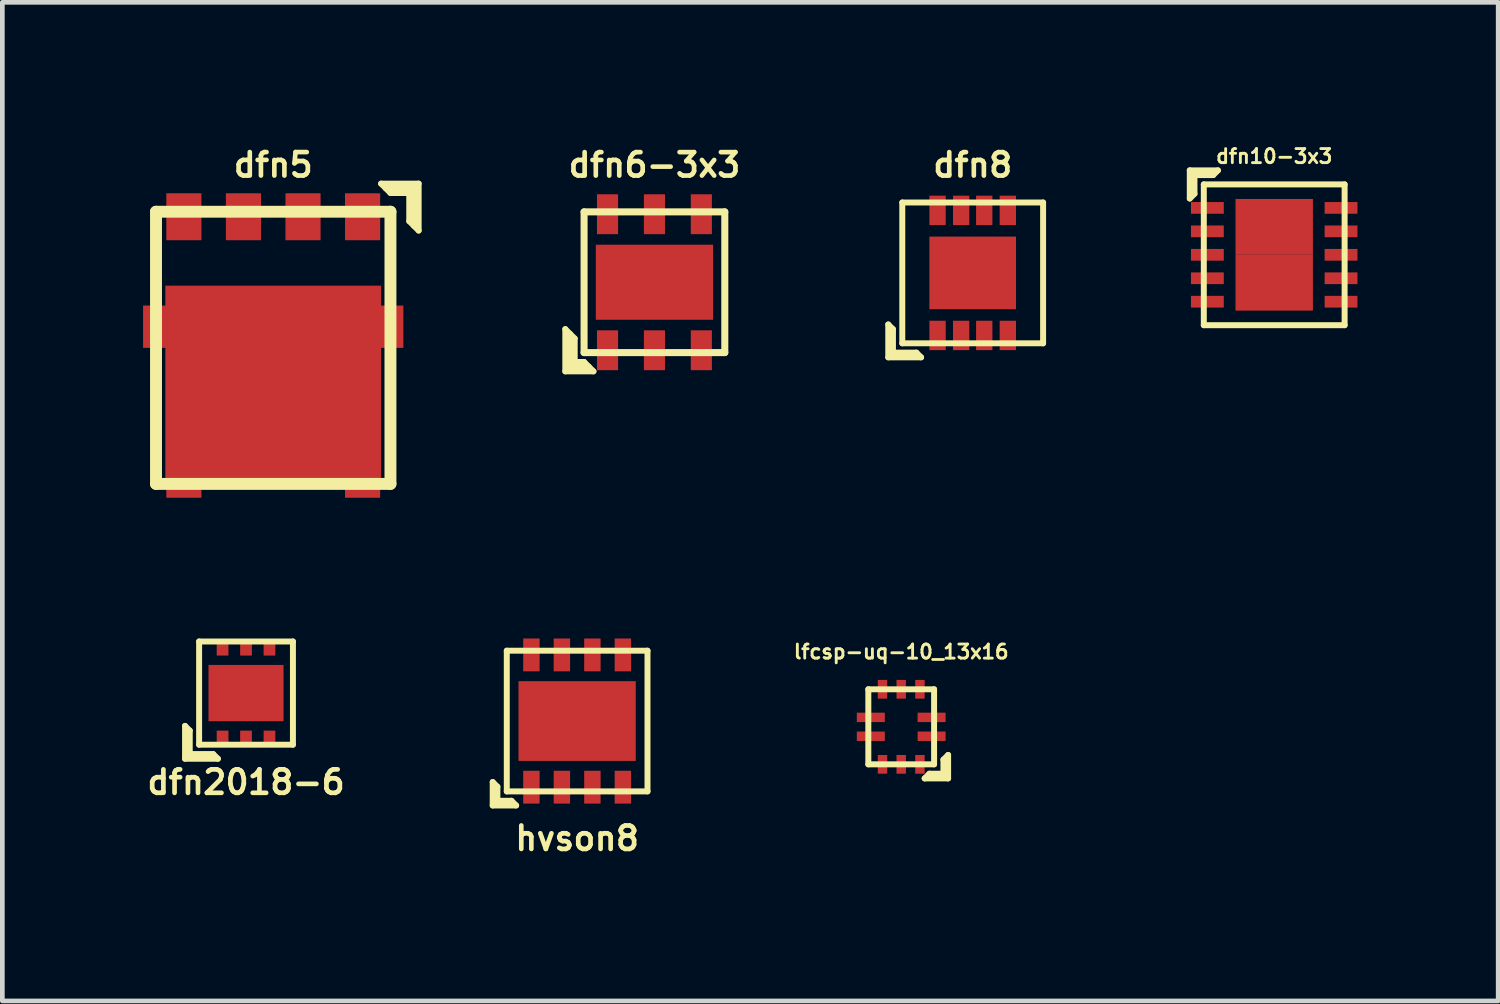
<source format=kicad_pcb>
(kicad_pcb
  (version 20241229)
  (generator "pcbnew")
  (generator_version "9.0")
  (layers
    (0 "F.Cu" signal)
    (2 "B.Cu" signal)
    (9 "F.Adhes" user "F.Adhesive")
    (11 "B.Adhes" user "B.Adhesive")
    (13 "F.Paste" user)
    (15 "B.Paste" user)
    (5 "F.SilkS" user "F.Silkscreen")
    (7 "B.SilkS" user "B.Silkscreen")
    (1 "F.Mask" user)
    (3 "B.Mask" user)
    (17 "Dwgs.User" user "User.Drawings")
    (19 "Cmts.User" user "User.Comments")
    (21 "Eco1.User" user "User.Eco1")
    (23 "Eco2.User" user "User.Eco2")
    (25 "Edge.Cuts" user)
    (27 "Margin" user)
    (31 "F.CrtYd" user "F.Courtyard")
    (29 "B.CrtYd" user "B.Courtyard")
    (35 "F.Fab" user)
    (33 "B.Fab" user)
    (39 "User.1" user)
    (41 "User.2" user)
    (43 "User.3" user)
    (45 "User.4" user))
  (footprint "dfn10-3x3"
    (layer "F.Cu")
    (at 24.115 2.382)
    (property "Reference" "dfn10-3x3" (at 0 -2.1 0) (layer "F.SilkS") (effects (font (size 0.3 0.3) (thickness 0.061))))
    (attr smd)
    (fp_line (start -1.8 -1.8) (end -1.2 -1.8) (stroke (width 0.127) (type solid)) (layer "F.SilkS"))
    (fp_line (start -1.8 -1.2) (end -1.8 -1.8) (stroke (width 0.127) (type solid)) (layer "F.SilkS"))
    (fp_line (start -1.7 -1.7) (end -1.7 -1.3) (stroke (width 0.127) (type solid)) (layer "F.SilkS"))
    (fp_line (start -1.7 -1.3) (end -1.8 -1.2) (stroke (width 0.127) (type solid)) (layer "F.SilkS"))
    (fp_line (start -1.501 -1.501) (end -1.501 1.501) (stroke (width 0.127) (type solid)) (layer "F.SilkS"))
    (fp_line (start -1.501 1.501) (end 1.501 1.501) (stroke (width 0.127) (type solid)) (layer "F.SilkS"))
    (fp_line (start -1.3 -1.7) (end -1.7 -1.7) (stroke (width 0.127) (type solid)) (layer "F.SilkS"))
    (fp_line (start -1.2 -1.8) (end -1.3 -1.7) (stroke (width 0.127) (type solid)) (layer "F.SilkS"))
    (fp_line (start 1.501 -1.501) (end -1.501 -1.501) (stroke (width 0.127) (type solid)) (layer "F.SilkS"))
    (fp_line (start 1.501 1.501) (end 1.501 -1.501) (stroke (width 0.127) (type solid)) (layer "F.SilkS"))
    (pad "1" smd rect (at -1.425 -1) (size 0.7 0.25) (layers "F.Cu" "F.Mask" "F.Paste"))
    (pad "2" smd rect (at -1.425 -0.5) (size 0.7 0.25) (layers "F.Cu" "F.Mask" "F.Paste"))
    (pad "3" smd rect (at -1.425 0) (size 0.7 0.25) (layers "F.Cu" "F.Mask" "F.Paste"))
    (pad "4" smd rect (at -1.425 0.5) (size 0.7 0.25) (layers "F.Cu" "F.Mask" "F.Paste"))
    (pad "5" smd rect (at -1.425 1) (size 0.7 0.25) (layers "F.Cu" "F.Mask" "F.Paste"))
    (pad "6" smd rect (at 1.425 1) (size 0.7 0.25) (layers "F.Cu" "F.Mask" "F.Paste"))
    (pad "7" smd rect (at 1.425 0.5) (size 0.7 0.25) (layers "F.Cu" "F.Mask" "F.Paste"))
    (pad "8" smd rect (at 1.425 0) (size 0.7 0.25) (layers "F.Cu" "F.Mask" "F.Paste"))
    (pad "9" smd rect (at 1.425 -0.5) (size 0.7 0.25) (layers "F.Cu" "F.Mask" "F.Paste"))
    (pad "10" smd rect (at 1.425 -1) (size 0.7 0.25) (layers "F.Cu" "F.Mask" "F.Paste"))
    (pad "11" smd rect (at 0 -0.595) (size 1.65 1.19) (layers "F.Cu" "F.Mask" "F.Paste"))
    (pad "11" smd rect (at 0 0.595) (size 1.65 1.19) (layers "F.Cu" "F.Mask" "F.Paste")))
  (footprint "lfcsp-uq-10_13x16"
    (layer "F.Cu")
    (at 16.163 12.445)
    (property "Reference" "lfcsp-uq-10_13x16" (at 0 -1.6 0) (layer "F.SilkS") (effects (font (size 0.3 0.3) (thickness 0.061))))
    (attr smd)
    (fp_line (start -0.701 -0.8) (end -0.701 0.8) (stroke (width 0.127) (type solid)) (layer "F.SilkS"))
    (fp_line (start -0.701 0.8) (end 0.701 0.8) (stroke (width 0.127) (type solid)) (layer "F.SilkS"))
    (fp_line (start 0.5 1.1) (end 1 1.1) (stroke (width 0.127) (type solid)) (layer "F.SilkS"))
    (fp_line (start 0.6 1) (end 0.5 1.1) (stroke (width 0.127) (type solid)) (layer "F.SilkS"))
    (fp_line (start 0.6 1) (end 0.9 1) (stroke (width 0.127) (type solid)) (layer "F.SilkS"))
    (fp_line (start 0.701 -0.8) (end -0.701 -0.8) (stroke (width 0.127) (type solid)) (layer "F.SilkS"))
    (fp_line (start 0.701 0.8) (end 0.701 -0.8) (stroke (width 0.127) (type solid)) (layer "F.SilkS"))
    (fp_line (start 0.9 1) (end 0.9 0.7) (stroke (width 0.127) (type solid)) (layer "F.SilkS"))
    (fp_line (start 1 0.6) (end 0.9 0.7) (stroke (width 0.127) (type solid)) (layer "F.SilkS"))
    (fp_line (start 1 1.1) (end 1 0.6) (stroke (width 0.127) (type solid)) (layer "F.SilkS"))
    (pad "1" smd rect (at 0.399 0.8) (size 0.201 0.399) (layers "F.Cu" "F.Mask" "F.Paste"))
    (pad "2" smd rect (at 0.648 0.201) (size 0.597 0.201) (layers "F.Cu" "F.Mask" "F.Paste"))
    (pad "3" smd rect (at 0.648 -0.201) (size 0.597 0.201) (layers "F.Cu" "F.Mask" "F.Paste"))
    (pad "4" smd rect (at 0.399 -0.8) (size 0.201 0.399) (layers "F.Cu" "F.Mask" "F.Paste"))
    (pad "5" smd rect (at 0 -0.8) (size 0.201 0.399) (layers "F.Cu" "F.Mask" "F.Paste"))
    (pad "6" smd rect (at -0.399 -0.8) (size 0.201 0.399) (layers "F.Cu" "F.Mask" "F.Paste"))
    (pad "7" smd rect (at -0.648 -0.201) (size 0.597 0.201) (layers "F.Cu" "F.Mask" "F.Paste"))
    (pad "8" smd rect (at -0.648 0.201) (size 0.597 0.201) (layers "F.Cu" "F.Mask" "F.Paste"))
    (pad "9" smd rect (at -0.399 0.8) (size 0.201 0.399) (layers "F.Cu" "F.Mask" "F.Paste"))
    (pad "10" smd rect (at 0 0.8) (size 0.201 0.399) (layers "F.Cu" "F.Mask" "F.Paste")))
  (footprint "dfn8"
    (layer "F.Cu")
    (at 17.687 2.768)
    (property "Reference" "dfn8" (at 0 -2.301 0) (layer "F.SilkS") (effects (font (size 0.5 0.5) (thickness 0.099))))
    (attr smd)
    (fp_line (start -1.8 1.1) (end -1.8 1.8) (stroke (width 0.127) (type solid)) (layer "F.SilkS"))
    (fp_line (start -1.7 1.2) (end -1.8 1.1) (stroke (width 0.127) (type solid)) (layer "F.SilkS"))
    (fp_line (start -1.7 1.7) (end -1.7 1.2) (stroke (width 0.127) (type solid)) (layer "F.SilkS"))
    (fp_line (start -1.7 1.7) (end -1.2 1.7) (stroke (width 0.127) (type solid)) (layer "F.SilkS"))
    (fp_line (start -1.501 -1.501) (end 1.501 -1.501) (stroke (width 0.127) (type solid)) (layer "F.SilkS"))
    (fp_line (start -1.501 1.501) (end -1.501 -1.501) (stroke (width 0.127) (type solid)) (layer "F.SilkS"))
    (fp_line (start -1.2 1.7) (end -1.1 1.8) (stroke (width 0.127) (type solid)) (layer "F.SilkS"))
    (fp_line (start -1.1 1.8) (end -1.8 1.8) (stroke (width 0.127) (type solid)) (layer "F.SilkS"))
    (fp_line (start 1.501 -1.501) (end 1.501 1.501) (stroke (width 0.127) (type solid)) (layer "F.SilkS"))
    (fp_line (start 1.501 1.501) (end -1.501 1.501) (stroke (width 0.127) (type solid)) (layer "F.SilkS"))
    (pad "1" smd rect (at -0.749 1.333) (size 0.348 0.627) (layers "F.Cu" "F.Mask" "F.Paste"))
    (pad "2" smd rect (at -0.246 1.333) (size 0.348 0.627) (layers "F.Cu" "F.Mask" "F.Paste"))
    (pad "3" smd rect (at 0.246 1.333) (size 0.348 0.627) (layers "F.Cu" "F.Mask" "F.Paste"))
    (pad "4" smd rect (at 0.749 1.333) (size 0.348 0.627) (layers "F.Cu" "F.Mask" "F.Paste"))
    (pad "5" smd rect (at 0.749 -1.333) (size 0.348 0.627) (layers "F.Cu" "F.Mask" "F.Paste"))
    (pad "6" smd rect (at 0.246 -1.333) (size 0.348 0.627) (layers "F.Cu" "F.Mask" "F.Paste"))
    (pad "7" smd rect (at -0.246 -1.333) (size 0.348 0.627) (layers "F.Cu" "F.Mask" "F.Paste"))
    (pad "8" smd rect (at -0.749 -1.333) (size 0.348 0.627) (layers "F.Cu" "F.Mask" "F.Paste"))
    (pad "9" smd rect (at 0 0) (size 1.847 1.549) (layers "F.Cu" "F.Mask" "F.Paste")))
  (footprint "dfn6-3x3"
    (layer "F.Cu")
    (at 10.902 2.967)
    (property "Reference" "dfn6-3x3" (at 0 -2.5 0) (layer "F.SilkS") (effects (font (size 0.5 0.5) (thickness 0.099))))
    (attr smd)
    (fp_line (start -1.9 1) (end -1.9 1.9) (stroke (width 0.127) (type solid)) (layer "F.SilkS"))
    (fp_line (start -1.8 1.8) (end -1.8 1.1) (stroke (width 0.127) (type solid)) (layer "F.SilkS"))
    (fp_line (start -1.7 1.2) (end -1.9 1) (stroke (width 0.127) (type solid)) (layer "F.SilkS"))
    (fp_line (start -1.7 1.7) (end -1.7 1.2) (stroke (width 0.127) (type solid)) (layer "F.SilkS"))
    (fp_line (start -1.7 1.7) (end -1.5 1.7) (stroke (width 0.127) (type solid)) (layer "F.SilkS"))
    (fp_line (start -1.5 -1.5) (end 1.5 -1.5) (stroke (width 0.15) (type solid)) (layer "F.SilkS"))
    (fp_line (start -1.5 1.5) (end -1.5 -1.5) (stroke (width 0.15) (type solid)) (layer "F.SilkS"))
    (fp_line (start -1.5 1.5) (end 1.5 1.5) (stroke (width 0.15) (type solid)) (layer "F.SilkS"))
    (fp_line (start -1.5 1.7) (end -1.3 1.9) (stroke (width 0.127) (type solid)) (layer "F.SilkS"))
    (fp_line (start -1.4 1.8) (end -1.8 1.8) (stroke (width 0.127) (type solid)) (layer "F.SilkS"))
    (fp_line (start -1.3 1.9) (end -1.9 1.9) (stroke (width 0.127) (type solid)) (layer "F.SilkS"))
    (fp_line (start 1.5 -1.5) (end 1.5 1.5) (stroke (width 0.15) (type solid)) (layer "F.SilkS"))
    (pad "1" smd rect (at -1 1.45) (size 0.45 0.85) (layers "F.Cu" "F.Mask" "F.Paste"))
    (pad "2" smd rect (at 0 1.45) (size 0.45 0.85) (layers "F.Cu" "F.Mask" "F.Paste"))
    (pad "3" smd rect (at 1 1.45) (size 0.45 0.85) (layers "F.Cu" "F.Mask" "F.Paste"))
    (pad "4" smd rect (at 1 -1.45) (size 0.45 0.85) (layers "F.Cu" "F.Mask" "F.Paste"))
    (pad "5" smd rect (at 0 -1.45) (size 0.45 0.85) (layers "F.Cu" "F.Mask" "F.Paste"))
    (pad "6" smd rect (at -1 -1.45) (size 0.45 0.85) (layers "F.Cu" "F.Mask" "F.Paste"))
    (pad "7" smd rect (at 0 0) (size 2.5 1.6) (layers "F.Cu" "F.Mask" "F.Paste")))
  (footprint "hvson8"
    (layer "F.Cu")
    (at 9.254 12.322)
    (property "Reference" "hvson8" (at 0 2.5 0) (layer "F.SilkS") (effects (font (size 0.5 0.5) (thickness 0.099))))
    (attr smd)
    (fp_line (start -1.8 1.3) (end -1.7 1.4) (stroke (width 0.127) (type solid)) (layer "F.SilkS"))
    (fp_line (start -1.8 1.8) (end -1.8 1.3) (stroke (width 0.127) (type solid)) (layer "F.SilkS"))
    (fp_line (start -1.7 1.4) (end -1.7 1.7) (stroke (width 0.127) (type solid)) (layer "F.SilkS"))
    (fp_line (start -1.7 1.7) (end -1.4 1.7) (stroke (width 0.127) (type solid)) (layer "F.SilkS"))
    (fp_line (start -1.5 -1.5) (end 1.5 -1.5) (stroke (width 0.127) (type solid)) (layer "F.SilkS"))
    (fp_line (start -1.5 1.5) (end -1.5 -1.5) (stroke (width 0.127) (type solid)) (layer "F.SilkS"))
    (fp_line (start -1.4 1.7) (end -1.3 1.8) (stroke (width 0.127) (type solid)) (layer "F.SilkS"))
    (fp_line (start -1.3 1.8) (end -1.8 1.8) (stroke (width 0.127) (type solid)) (layer "F.SilkS"))
    (fp_line (start 1.5 -1.5) (end 1.5 1.5) (stroke (width 0.127) (type solid)) (layer "F.SilkS"))
    (fp_line (start 1.5 1.5) (end -1.5 1.5) (stroke (width 0.127) (type solid)) (layer "F.SilkS"))
    (pad "1" smd rect (at -0.975 1.41) (size 0.35 0.7) (layers "F.Cu" "F.Mask" "F.Paste"))
    (pad "2" smd rect (at -0.325 1.41) (size 0.35 0.7) (layers "F.Cu" "F.Mask" "F.Paste"))
    (pad "3" smd rect (at 0.325 1.41) (size 0.35 0.7) (layers "F.Cu" "F.Mask" "F.Paste"))
    (pad "4" smd rect (at 0.975 1.41) (size 0.35 0.7) (layers "F.Cu" "F.Mask" "F.Paste"))
    (pad "5" smd rect (at 0.975 -1.41) (size 0.35 0.7) (layers "F.Cu" "F.Mask" "F.Paste"))
    (pad "6" smd rect (at 0.325 -1.41) (size 0.35 0.7) (layers "F.Cu" "F.Mask" "F.Paste"))
    (pad "7" smd rect (at -0.325 -1.41) (size 0.35 0.7) (layers "F.Cu" "F.Mask" "F.Paste"))
    (pad "8" smd rect (at -0.975 -1.41) (size 0.35 0.7) (layers "F.Cu" "F.Mask" "F.Paste"))
    (pad "9" smd rect (at 0 0) (size 2.5 1.7) (layers "F.Cu" "F.Mask" "F.Paste")))
  (footprint "dfn5"
    (layer "F.Cu")
    (at 2.775 4.365)
    (property "Reference" "dfn5" (at 0 -3.899 0) (layer "F.SilkS") (effects (font (size 0.5 0.5) (thickness 0.099))))
    (attr smd)
    (fp_line (start -2.499 -2.901) (end 2.499 -2.901) (stroke (width 0.254) (type solid)) (layer "F.SilkS"))
    (fp_line (start -2.499 2.901) (end -2.499 -2.901) (stroke (width 0.254) (type solid)) (layer "F.SilkS"))
    (fp_line (start 2.3 -3.5) (end 3.1 -3.5) (stroke (width 0.127) (type solid)) (layer "F.SilkS"))
    (fp_line (start 2.499 -2.901) (end 2.499 2.901) (stroke (width 0.254) (type solid)) (layer "F.SilkS"))
    (fp_line (start 2.499 2.901) (end -2.499 2.901) (stroke (width 0.254) (type solid)) (layer "F.SilkS"))
    (fp_line (start 2.5 -3.3) (end 2.3 -3.5) (stroke (width 0.127) (type solid)) (layer "F.SilkS"))
    (fp_line (start 2.9 -3.3) (end 2.5 -3.3) (stroke (width 0.127) (type solid)) (layer "F.SilkS"))
    (fp_line (start 2.9 -3.3) (end 2.9 -2.7) (stroke (width 0.127) (type solid)) (layer "F.SilkS"))
    (fp_line (start 2.9 -2.7) (end 3.1 -2.5) (stroke (width 0.127) (type solid)) (layer "F.SilkS"))
    (fp_line (start 3 -3.4) (end 2.4 -3.4) (stroke (width 0.127) (type solid)) (layer "F.SilkS"))
    (fp_line (start 3 -2.6) (end 3 -3.4) (stroke (width 0.127) (type solid)) (layer "F.SilkS"))
    (fp_line (start 3.1 -3.5) (end 3.1 -2.5) (stroke (width 0.127) (type solid)) (layer "F.SilkS"))
    (pad "" smd rect (at -1.5 2.4) (size 0.6 0.9) (layers "F.Paste"))
    (pad "" smd rect (at -1.125 -0.95) (size 0.9 0.6) (layers "F.Paste"))
    (pad "" smd rect (at -1.125 -0.15) (size 0.9 0.6) (layers "F.Paste"))
    (pad "" smd rect (at -1.125 0.65) (size 0.9 0.6) (layers "F.Paste"))
    (pad "" smd rect (at -1.125 1.45) (size 0.9 0.6) (layers "F.Paste"))
    (pad "" smd rect (at -0.5 2.4) (size 0.6 0.9) (layers "F.Paste"))
    (pad "" smd rect (at 0 -0.95) (size 0.9 0.6) (layers "F.Paste"))
    (pad "" smd rect (at 0 -0.15) (size 0.9 0.6) (layers "F.Paste"))
    (pad "" smd rect (at 0 0.65) (size 0.9 0.6) (layers "F.Paste"))
    (pad "" smd rect (at 0 1.45) (size 0.9 0.6) (layers "F.Paste"))
    (pad "" smd rect (at 0.5 2.4) (size 0.6 0.9) (layers "F.Paste"))
    (pad "" smd rect (at 1.125 -0.95) (size 0.9 0.6) (layers "F.Paste"))
    (pad "" smd rect (at 1.125 -0.15) (size 0.9 0.6) (layers "F.Paste"))
    (pad "" smd rect (at 1.125 0.65) (size 0.9 0.6) (layers "F.Paste"))
    (pad "" smd rect (at 1.125 1.45) (size 0.9 0.6) (layers "F.Paste"))
    (pad "" smd rect (at 1.5 2.4) (size 0.6 0.9) (layers "F.Paste"))
    (pad "1" smd rect (at 1.905 -2.794) (size 0.749 1.001) (layers "F.Cu" "F.Mask" "F.Paste"))
    (pad "2" smd rect (at 0.635 -2.794) (size 0.749 1.001) (layers "F.Cu" "F.Mask" "F.Paste"))
    (pad "3" smd rect (at -0.635 -2.794) (size 0.749 1.001) (layers "F.Cu" "F.Mask" "F.Paste"))
    (pad "4" smd rect (at -1.905 -2.794) (size 0.749 1.001) (layers "F.Cu" "F.Mask" "F.Paste"))
    (pad "5" smd rect (at -2.527 -0.45) (size 0.495 0.902) (layers "F.Cu" "F.Mask"))
    (pad "5" smd rect (at -1.905 2.959) (size 0.749 0.475) (layers "F.Cu" "F.Mask"))
    (pad "5" smd rect (at 0 0.805) (size 4.6 4.26) (layers "F.Cu" "F.Mask"))
    (pad "5" smd rect (at 1.905 2.959) (size 0.749 0.475) (layers "F.Cu" "F.Mask"))
    (pad "5" smd rect (at 2.527 -0.45) (size 0.495 0.902) (layers "F.Cu" "F.Mask")))
  (footprint "dfn2018-6"
    (layer "F.Cu")
    (at 2.195 11.726)
    (property "Reference" "dfn2018-6" (at 0 1.9 0) (layer "F.SilkS") (effects (font (size 0.5 0.5) (thickness 0.1))))
    (attr smd)
    (fp_line (start -1.3 0.7) (end -1.3 1.4) (stroke (width 0.127) (type solid)) (layer "F.SilkS"))
    (fp_line (start -1.3 0.7) (end -1.2 0.8) (stroke (width 0.127) (type solid)) (layer "F.SilkS"))
    (fp_line (start -1.3 1.4) (end -0.6 1.4) (stroke (width 0.127) (type solid)) (layer "F.SilkS"))
    (fp_line (start -1.2 1.3) (end -1.2 0.8) (stroke (width 0.127) (type solid)) (layer "F.SilkS"))
    (fp_line (start -1 -1.1) (end 1 -1.1) (stroke (width 0.127) (type solid)) (layer "F.SilkS"))
    (fp_line (start -1 1.1) (end -1 -1.1) (stroke (width 0.127) (type solid)) (layer "F.SilkS"))
    (fp_line (start -0.7 1.3) (end -1.2 1.3) (stroke (width 0.127) (type solid)) (layer "F.SilkS"))
    (fp_line (start -0.7 1.3) (end -0.6 1.4) (stroke (width 0.127) (type solid)) (layer "F.SilkS"))
    (fp_line (start 1 -1.1) (end 1 1.1) (stroke (width 0.127) (type solid)) (layer "F.SilkS"))
    (fp_line (start 1 1.1) (end -1 1.1) (stroke (width 0.127) (type solid)) (layer "F.SilkS"))
    (pad "1" smd rect (at -0.5 0.975) (size 0.25 0.35) (layers "F.Cu" "F.Mask" "F.Paste"))
    (pad "2" smd rect (at 0 0.975) (size 0.25 0.35) (layers "F.Cu" "F.Mask" "F.Paste"))
    (pad "3" smd rect (at 0.5 0.975) (size 0.25 0.35) (layers "F.Cu" "F.Mask" "F.Paste"))
    (pad "4" smd rect (at 0.5 -0.975) (size 0.25 0.35) (layers "F.Cu" "F.Mask" "F.Paste"))
    (pad "5" smd rect (at 0 -0.975) (size 0.25 0.35) (layers "F.Cu" "F.Mask" "F.Paste"))
    (pad "6" smd rect (at -0.5 -0.975) (size 0.25 0.35) (layers "F.Cu" "F.Mask" "F.Paste"))
    (pad "7" smd rect (at 0 0) (size 1.6 1.2) (layers "F.Cu" "F.Mask" "F.Paste")))
  (gr_rect
    (start -3 -3)
    (end 28.89 18.289)
    (stroke (width 0.1) (type default))
    (fill no)
    (layer "Edge.Cuts")))
</source>
